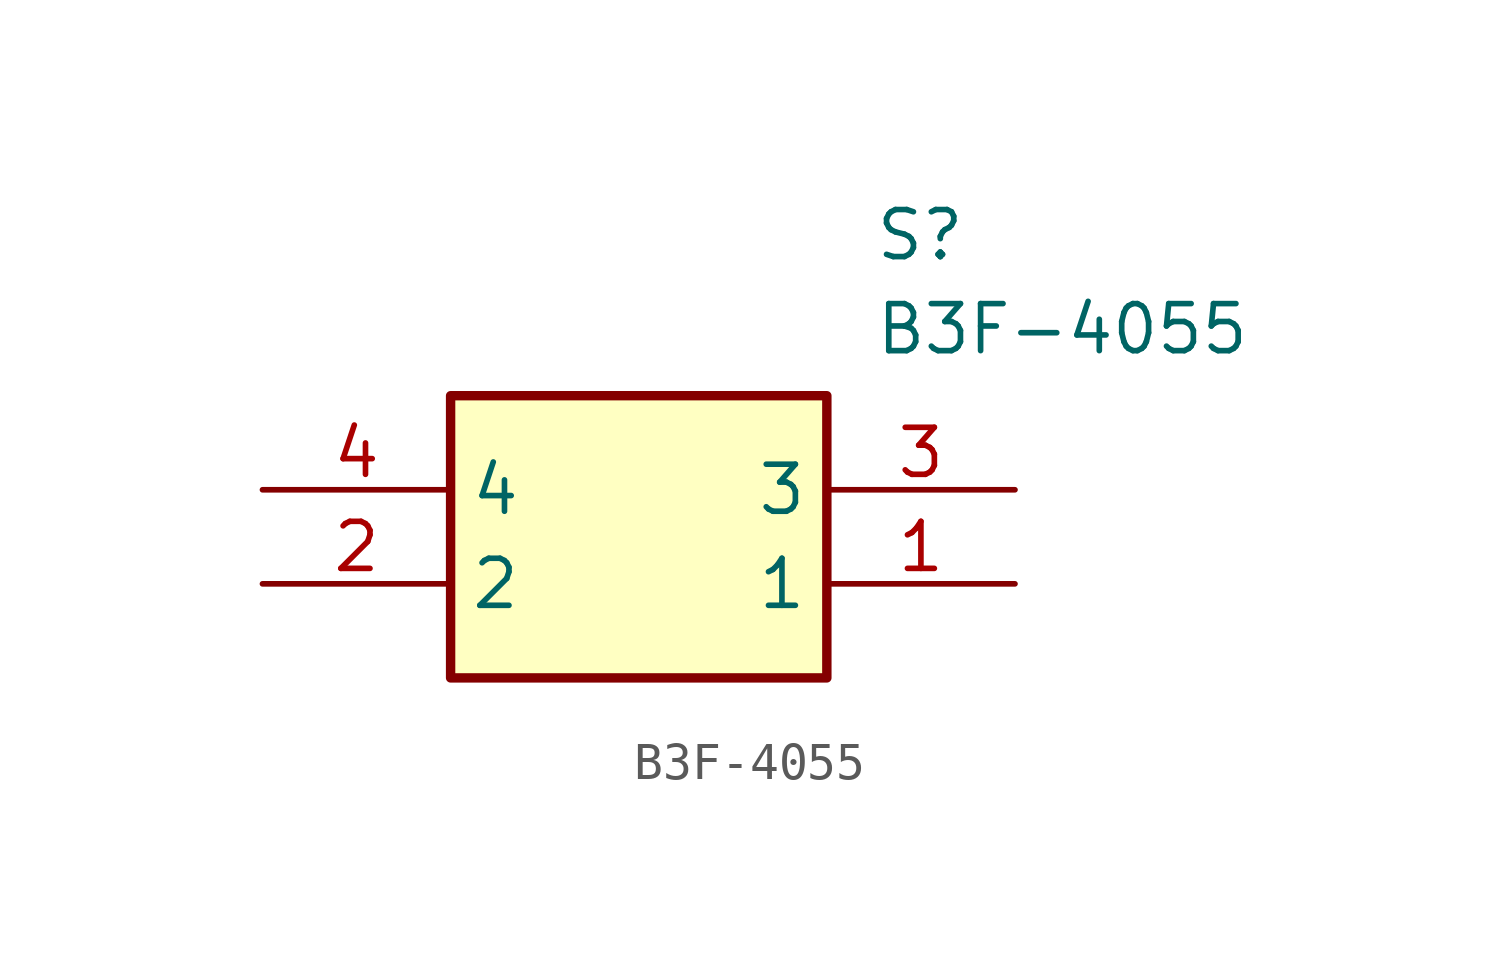
<source format=kicad_sym>
(kicad_symbol_lib
  (version 20211014)
  (generator SamacSys_ECAD_Model)
  (symbol "B3F-4055"
    (property "Reference" "S"
      (at 16.51 7.62 0)
      (effects (font (size 1.27 1.27)) (justify left top)))
    (property "Value" "B3F-4055"
      (at 16.51 5.08 0)
      (effects (font (size 1.27 1.27)) (justify left top)))
    (rectangle
      (start 5.08 2.54)
      (end 15.24 -5.08)
      (stroke (width 0.254) (type default))
      (fill (type background)))
    (pin passive line
      (at 20.32 -2.54 180)
      (length 5.08)
      (name "1" (effects (font (size 1.27 1.27))))
      (number "1" (effects (font (size 1.27 1.27)))))
    (pin passive line
      (at 0 -2.54 0)
      (length 5.08)
      (name "2" (effects (font (size 1.27 1.27))))
      (number "2" (effects (font (size 1.27 1.27)))))
    (pin passive line
      (at 20.32 0 180)
      (length 5.08)
      (name "3" (effects (font (size 1.27 1.27))))
      (number "3" (effects (font (size 1.27 1.27)))))
    (pin passive line
      (at 0 0 0)
      (length 5.08)
      (name "4" (effects (font (size 1.27 1.27))))
      (number "4" (effects (font (size 1.27 1.27)))))))
</source>
